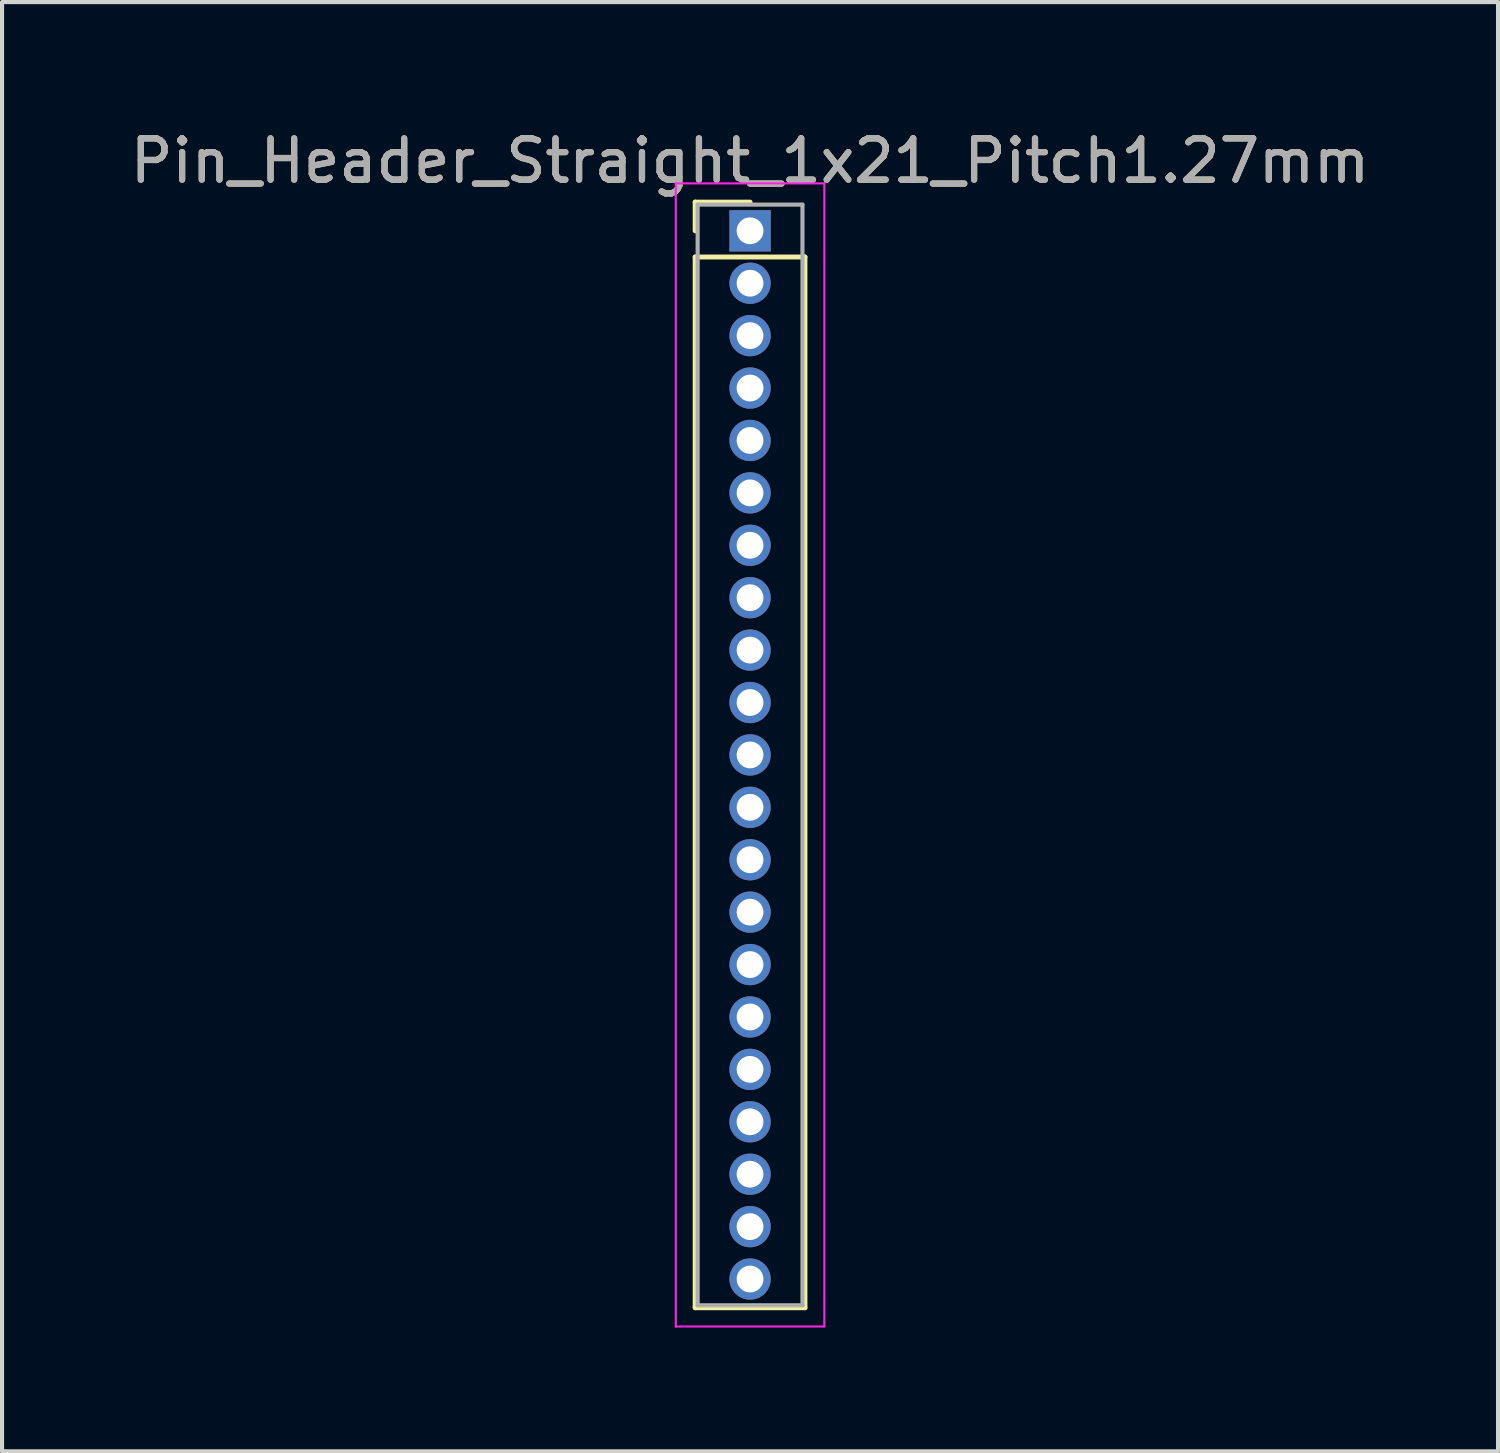
<source format=kicad_pcb>
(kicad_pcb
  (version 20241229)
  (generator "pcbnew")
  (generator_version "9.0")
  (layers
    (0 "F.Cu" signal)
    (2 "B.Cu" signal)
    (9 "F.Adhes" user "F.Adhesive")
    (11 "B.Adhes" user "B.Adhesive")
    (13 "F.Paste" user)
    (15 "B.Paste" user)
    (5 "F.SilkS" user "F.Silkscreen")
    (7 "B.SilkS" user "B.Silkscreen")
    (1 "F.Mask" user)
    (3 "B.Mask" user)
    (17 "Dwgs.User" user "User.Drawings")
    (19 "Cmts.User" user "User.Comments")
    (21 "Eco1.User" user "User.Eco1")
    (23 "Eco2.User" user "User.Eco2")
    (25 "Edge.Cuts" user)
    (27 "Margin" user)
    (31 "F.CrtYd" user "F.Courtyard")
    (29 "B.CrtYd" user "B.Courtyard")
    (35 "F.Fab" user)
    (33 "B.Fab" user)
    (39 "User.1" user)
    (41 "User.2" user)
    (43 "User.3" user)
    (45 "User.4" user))
  (footprint "Pin_Header_Straight_1x21_Pitch1.27mm"
    (layer "F.Cu")
    (at 15.125 2.543)
    (property "Reference" "Pin_Header_Straight_1x21_Pitch1.27mm" (at 0 -1.695 0) (layer "F.SilkS") (effects (font (size 1 1) (thickness 0.15))))
    (attr through_hole)
    (fp_line (start -1.33 -0.695) (end 0 -0.695) (stroke (width 0.12) (type solid)) (layer "F.SilkS"))
    (fp_line (start -1.33 0) (end -1.33 -0.695) (stroke (width 0.12) (type solid)) (layer "F.SilkS"))
    (fp_line (start -1.33 0.635) (end -1.33 26.095) (stroke (width 0.12) (type solid)) (layer "F.SilkS"))
    (fp_line (start -1.33 26.095) (end 1.33 26.095) (stroke (width 0.12) (type solid)) (layer "F.SilkS"))
    (fp_line (start 1.33 0.635) (end -1.33 0.635) (stroke (width 0.12) (type solid)) (layer "F.SilkS"))
    (fp_line (start 1.33 26.095) (end 1.33 0.635) (stroke (width 0.12) (type solid)) (layer "F.SilkS"))
    (fp_line (start -1.8 -1.15) (end -1.8 26.55) (stroke (width 0.05) (type solid)) (layer "F.CrtYd"))
    (fp_line (start -1.8 26.55) (end 1.8 26.55) (stroke (width 0.05) (type solid)) (layer "F.CrtYd"))
    (fp_line (start 1.8 -1.15) (end -1.8 -1.15) (stroke (width 0.05) (type solid)) (layer "F.CrtYd"))
    (fp_line (start 1.8 26.55) (end 1.8 -1.15) (stroke (width 0.05) (type solid)) (layer "F.CrtYd"))
    (fp_line (start -1.27 -0.635) (end -1.27 26.035) (stroke (width 0.1) (type solid)) (layer "F.Fab"))
    (fp_line (start -1.27 26.035) (end 1.27 26.035) (stroke (width 0.1) (type solid)) (layer "F.Fab"))
    (fp_line (start 1.27 -0.635) (end -1.27 -0.635) (stroke (width 0.1) (type solid)) (layer "F.Fab"))
    (fp_line (start 1.27 26.035) (end 1.27 -0.635) (stroke (width 0.1) (type solid)) (layer "F.Fab"))
    (fp_text user "${REFERENCE}" (at 0 -1.695 0) (layer "F.Fab") (effects (font (size 1 1) (thickness 0.15))))
    (pad "1" thru_hole rect (at 0 0) (size 1 1) (drill 0.65) (layers "*.Cu" "*.Mask"))
    (pad "2" thru_hole oval (at 0 1.27) (size 1 1) (drill 0.65) (layers "*.Cu" "*.Mask"))
    (pad "3" thru_hole oval (at 0 2.54) (size 1 1) (drill 0.65) (layers "*.Cu" "*.Mask"))
    (pad "4" thru_hole oval (at 0 3.81) (size 1 1) (drill 0.65) (layers "*.Cu" "*.Mask"))
    (pad "5" thru_hole oval (at 0 5.08) (size 1 1) (drill 0.65) (layers "*.Cu" "*.Mask"))
    (pad "6" thru_hole oval (at 0 6.35) (size 1 1) (drill 0.65) (layers "*.Cu" "*.Mask"))
    (pad "7" thru_hole oval (at 0 7.62) (size 1 1) (drill 0.65) (layers "*.Cu" "*.Mask"))
    (pad "8" thru_hole oval (at 0 8.89) (size 1 1) (drill 0.65) (layers "*.Cu" "*.Mask"))
    (pad "9" thru_hole oval (at 0 10.16) (size 1 1) (drill 0.65) (layers "*.Cu" "*.Mask"))
    (pad "10" thru_hole oval (at 0 11.43) (size 1 1) (drill 0.65) (layers "*.Cu" "*.Mask"))
    (pad "11" thru_hole oval (at 0 12.7) (size 1 1) (drill 0.65) (layers "*.Cu" "*.Mask"))
    (pad "12" thru_hole oval (at 0 13.97) (size 1 1) (drill 0.65) (layers "*.Cu" "*.Mask"))
    (pad "13" thru_hole oval (at 0 15.24) (size 1 1) (drill 0.65) (layers "*.Cu" "*.Mask"))
    (pad "14" thru_hole oval (at 0 16.51) (size 1 1) (drill 0.65) (layers "*.Cu" "*.Mask"))
    (pad "15" thru_hole oval (at 0 17.78) (size 1 1) (drill 0.65) (layers "*.Cu" "*.Mask"))
    (pad "16" thru_hole oval (at 0 19.05) (size 1 1) (drill 0.65) (layers "*.Cu" "*.Mask"))
    (pad "17" thru_hole oval (at 0 20.32) (size 1 1) (drill 0.65) (layers "*.Cu" "*.Mask"))
    (pad "18" thru_hole oval (at 0 21.59) (size 1 1) (drill 0.65) (layers "*.Cu" "*.Mask"))
    (pad "19" thru_hole oval (at 0 22.86) (size 1 1) (drill 0.65) (layers "*.Cu" "*.Mask"))
    (pad "20" thru_hole oval (at 0 24.13) (size 1 1) (drill 0.65) (layers "*.Cu" "*.Mask"))
    (pad "21" thru_hole oval (at 0 25.4) (size 1 1) (drill 0.65) (layers "*.Cu" "*.Mask")))
  (gr_rect
    (start -3 -3)
    (end 33.25 32.118)
    (stroke (width 0.1) (type default))
    (fill no)
    (layer "Edge.Cuts")))
</source>
